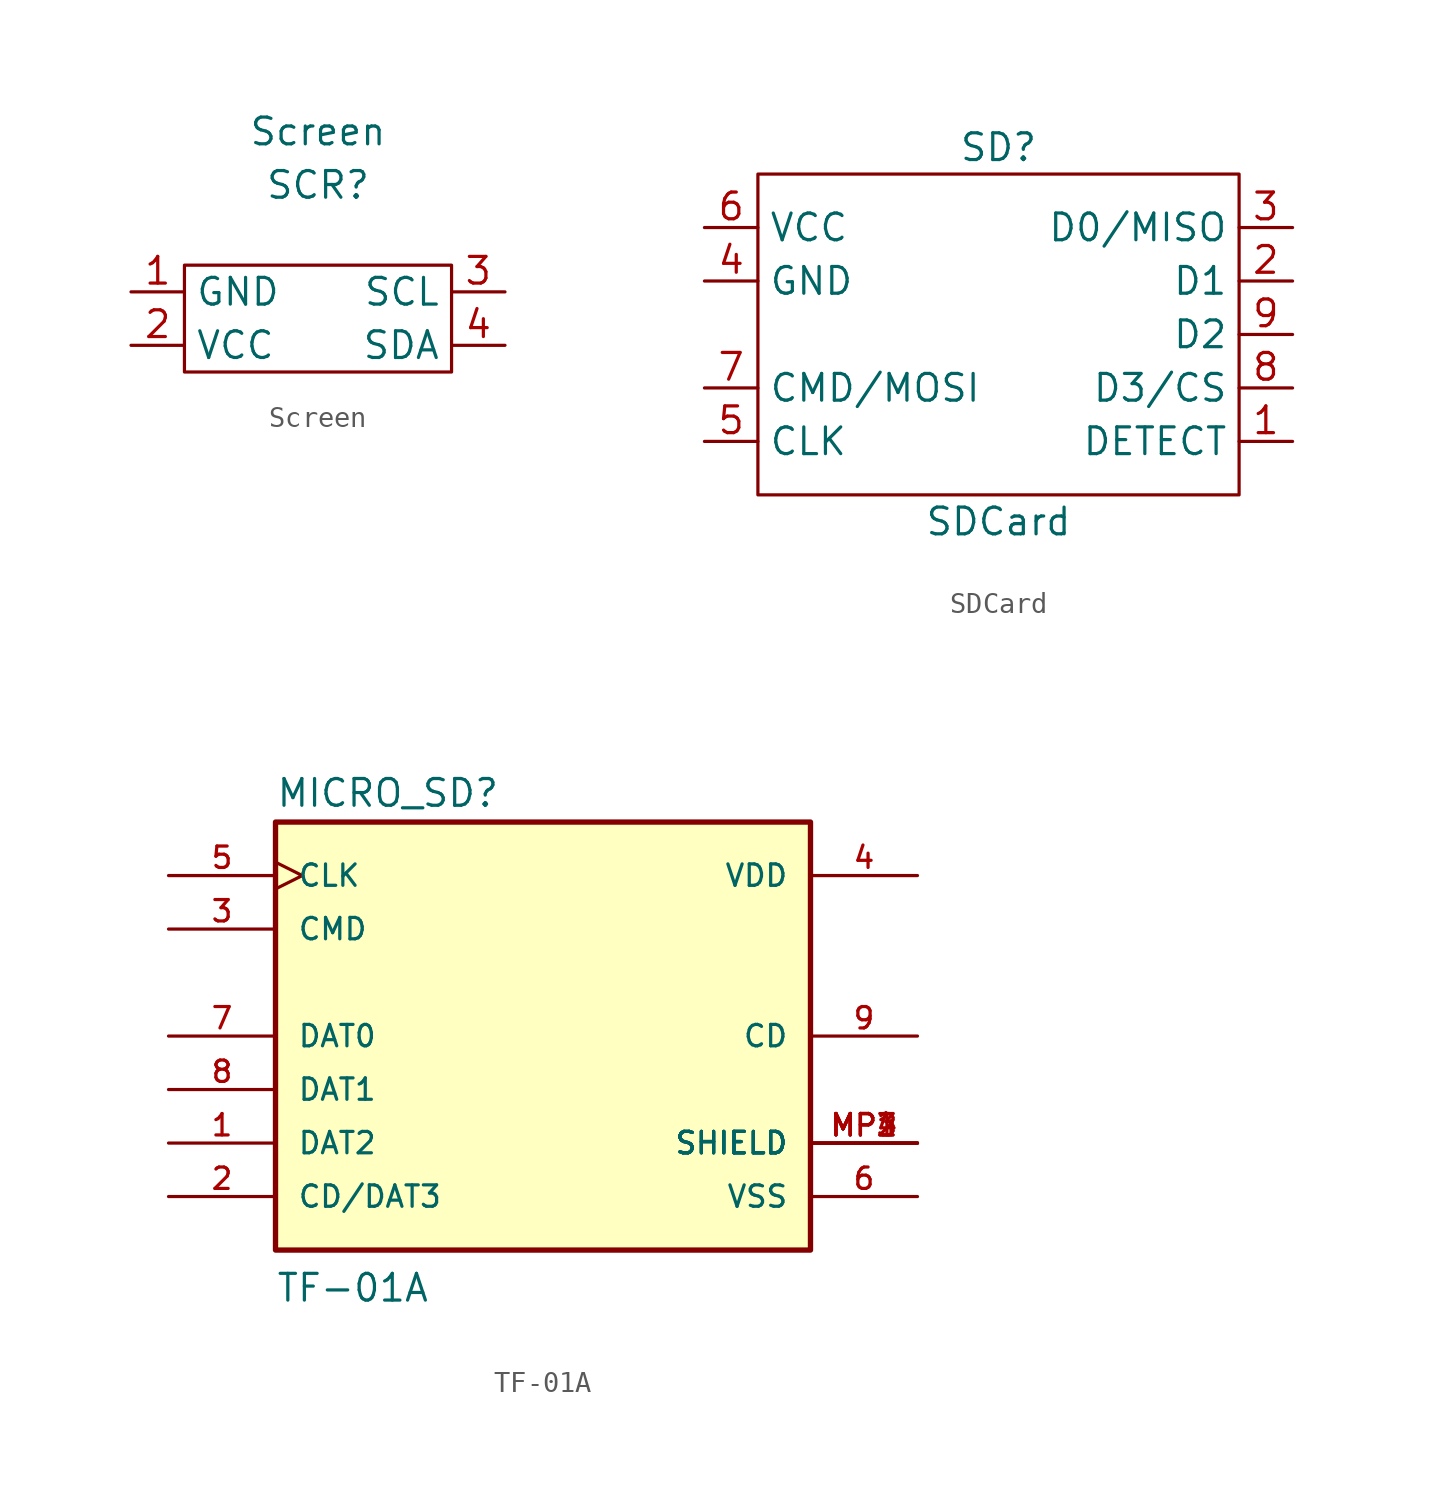
<source format=kicad_sym>
(kicad_symbol_lib
  (version 20220914)
  (generator kicad_symbol_editor)
  (symbol "Screen"
    (property "Reference" "SCR"
      (at 0 6.35 0)
      (effects (font (size 1.27 1.27))))
    (property "Value" "Screen"
      (at 0 8.89 0)
      (effects (font (size 1.27 1.27))))
    (symbol "Screen_0_1"
      (rectangle (start -6.35 2.54) (end 6.35 -2.54) (stroke (width 0) (type default)) (fill (type none))))
    (symbol "Screen_1_1"
      (pin passive line (at -8.89 1.27 0) (length 2.54) (name "GND" (effects (font (size 1.27 1.27)))) (number "1" (effects (font (size 1.27 1.27)))))
      (pin passive line (at -8.89 -1.27 0) (length 2.54) (name "VCC" (effects (font (size 1.27 1.27)))) (number "2" (effects (font (size 1.27 1.27)))))
      (pin input line (at 8.89 1.27 180) (length 2.54) (name "SCL" (effects (font (size 1.27 1.27)))) (number "3" (effects (font (size 1.27 1.27)))))
      (pin bidirectional line (at 8.89 -1.27 180) (length 2.54) (name "SDA" (effects (font (size 1.27 1.27)))) (number "4" (effects (font (size 1.27 1.27)))))))
  (symbol "SDCard"
    (property "Reference" "SD"
      (at 0 8.89 0)
      (effects (font (size 1.27 1.27))))
    (property "Value" "SDCard"
      (at 0 -8.89 0)
      (effects (font (size 1.27 1.27))))
    (symbol "SDCard_0_1"
      (rectangle (start -11.43 7.62) (end 11.43 -7.62) (stroke (width 0) (type default)) (fill (type none))))
    (symbol "SDCard_1_1"
      (pin passive line (at 13.97 -5.08 180) (length 2.54) (name "DETECT" (effects (font (size 1.27 1.27)))) (number "1" (effects (font (size 1.27 1.27)))))
      (pin bidirectional line (at 13.97 2.54 180) (length 2.54) (name "D1" (effects (font (size 1.27 1.27)))) (number "2" (effects (font (size 1.27 1.27)))))
      (pin bidirectional line (at 13.97 5.08 180) (length 2.54) (name "D0/MISO" (effects (font (size 1.27 1.27)))) (number "3" (effects (font (size 1.27 1.27)))))
      (pin passive line (at -13.97 2.54 0) (length 2.54) (name "GND" (effects (font (size 1.27 1.27)))) (number "4" (effects (font (size 1.27 1.27)))))
      (pin input line (at -13.97 -5.08 0) (length 2.54) (name "CLK" (effects (font (size 1.27 1.27)))) (number "5" (effects (font (size 1.27 1.27)))))
      (pin passive line (at -13.97 5.08 0) (length 2.54) (name "VCC" (effects (font (size 1.27 1.27)))) (number "6" (effects (font (size 1.27 1.27)))))
      (pin input line (at -13.97 -2.54 0) (length 2.54) (name "CMD/MOSI" (effects (font (size 1.27 1.27)))) (number "7" (effects (font (size 1.27 1.27)))))
      (pin bidirectional line (at 13.97 -2.54 180) (length 2.54) (name "D3/CS" (effects (font (size 1.27 1.27)))) (number "8" (effects (font (size 1.27 1.27)))))
      (pin bidirectional line (at 13.97 0 180) (length 2.54) (name "D2" (effects (font (size 1.27 1.27)))) (number "9" (effects (font (size 1.27 1.27)))))))
  (symbol "TF-01A"
    (pin_names
      (offset 1.016))
    (property "Reference" "MICRO_SD"
      (at -12.7 10.795 0)
      (effects (font (size 1.27 1.27)) (justify left bottom)))
    (property "Value" "TF-01A"
      (at -12.7 -12.7 0)
      (effects (font (size 1.27 1.27)) (justify left bottom)))
    (symbol "TF-01A_0_0"
      (rectangle (start -12.7 -10.16) (end 12.7 10.16) (stroke (width 0.254) (type default)) (fill (type background)))
      (pin bidirectional line (at -17.78 -5.08 0) (length 5.08) (name "DAT2" (effects (font (size 1.016 1.016)))) (number "1" (effects (font (size 1.016 1.016)))))
      (pin bidirectional line (at -17.78 -7.62 0) (length 5.08) (name "CD/DAT3" (effects (font (size 1.016 1.016)))) (number "2" (effects (font (size 1.016 1.016)))))
      (pin bidirectional line (at -17.78 5.08 0) (length 5.08) (name "CMD" (effects (font (size 1.016 1.016)))) (number "3" (effects (font (size 1.016 1.016)))))
      (pin power_in line (at 17.78 7.62 180) (length 5.08) (name "VDD" (effects (font (size 1.016 1.016)))) (number "4" (effects (font (size 1.016 1.016)))))
      (pin bidirectional clock (at -17.78 7.62 0) (length 5.08) (name "CLK" (effects (font (size 1.016 1.016)))) (number "5" (effects (font (size 1.016 1.016)))))
      (pin power_in line (at 17.78 -7.62 180) (length 5.08) (name "VSS" (effects (font (size 1.016 1.016)))) (number "6" (effects (font (size 1.016 1.016)))))
      (pin bidirectional line (at -17.78 0 0) (length 5.08) (name "DAT0" (effects (font (size 1.016 1.016)))) (number "7" (effects (font (size 1.016 1.016)))))
      (pin bidirectional line (at -17.78 -2.54 0) (length 5.08) (name "DAT1" (effects (font (size 1.016 1.016)))) (number "8" (effects (font (size 1.016 1.016)))))
      (pin power_in line (at 17.78 -5.08 180) (length 5.08) (name "SHIELD" (effects (font (size 1.016 1.016)))) (number "MP1" (effects (font (size 1.016 1.016)))))
      (pin power_in line (at 17.78 -5.08 180) (length 5.08) (name "SHIELD" (effects (font (size 1.016 1.016)))) (number "MP2" (effects (font (size 1.016 1.016)))))
      (pin power_in line (at 17.78 -5.08 180) (length 5.08) (name "SHIELD" (effects (font (size 1.016 1.016)))) (number "MP3" (effects (font (size 1.016 1.016)))))
      (pin power_in line (at 17.78 -5.08 180) (length 5.08) (name "SHIELD" (effects (font (size 1.016 1.016)))) (number "MP4" (effects (font (size 1.016 1.016))))))
    (symbol "TF-01A_1_0"
      (pin passive line (at 17.78 0 180) (length 5.08) (name "CD" (effects (font (size 1.016 1.016)))) (number "9" (effects (font (size 1.016 1.016))))))))
</source>
